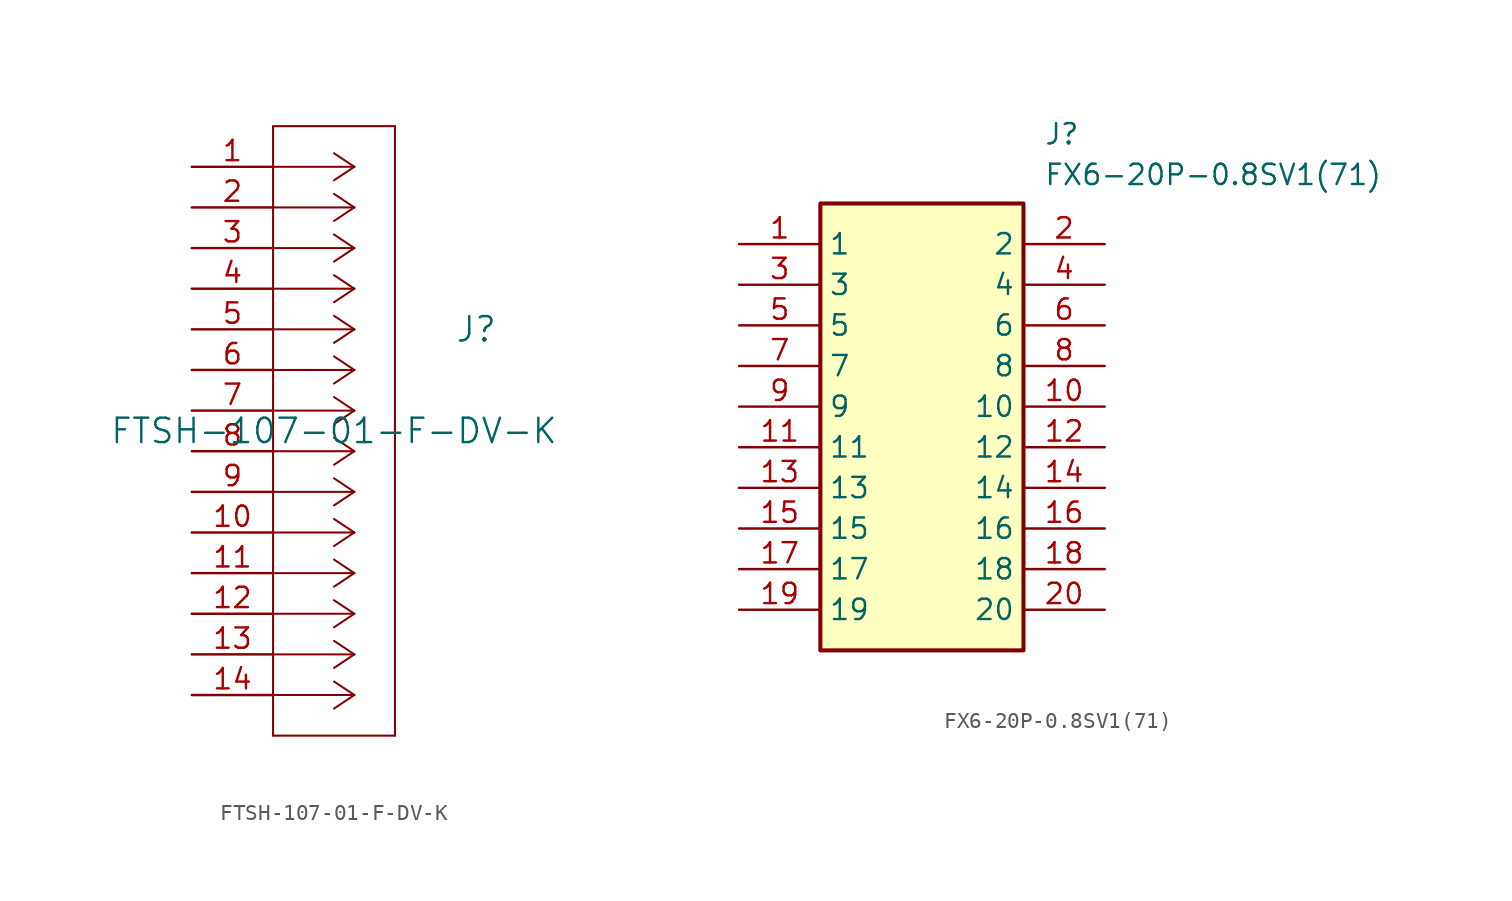
<source format=kicad_sym>
(kicad_symbol_lib
  (version 20241209)
  (generator "kicad_symbol_editor")
  (generator_version "9.0")
  (symbol "FTSH-107-01-F-DV-K"
    (pin_names
      (offset 0.254))
    (property "Reference" "J"
      (at 8.89 6.35 0)
      (effects (font (size 1.524 1.524))))
    (property "Value" "FTSH-107-01-F-DV-K"
      (at 0 0 0)
      (effects (font (size 1.524 1.524))))
    (symbol "FTSH-107-01-F-DV-K_0_1"
      (polyline (pts (xy -3.81 19.05) (xy -3.81 -19.05)) (stroke (width 0.127) (type default)) (fill (type none)))
      (polyline (pts (xy -3.81 -19.05) (xy 3.81 -19.05)) (stroke (width 0.127) (type default)) (fill (type none)))
      (polyline (pts (xy 1.27 16.51) (xy -3.81 16.51)) (stroke (width 0.127) (type default)) (fill (type none)))
      (polyline (pts (xy 1.27 16.51) (xy 0 17.357)) (stroke (width 0.127) (type default)) (fill (type none)))
      (polyline (pts (xy 1.27 16.51) (xy 0 15.663)) (stroke (width 0.127) (type default)) (fill (type none)))
      (polyline (pts (xy 1.27 13.97) (xy -3.81 13.97)) (stroke (width 0.127) (type default)) (fill (type none)))
      (polyline (pts (xy 1.27 13.97) (xy 0 14.817)) (stroke (width 0.127) (type default)) (fill (type none)))
      (polyline (pts (xy 1.27 13.97) (xy 0 13.123)) (stroke (width 0.127) (type default)) (fill (type none)))
      (polyline (pts (xy 1.27 11.43) (xy -3.81 11.43)) (stroke (width 0.127) (type default)) (fill (type none)))
      (polyline (pts (xy 1.27 11.43) (xy 0 12.277)) (stroke (width 0.127) (type default)) (fill (type none)))
      (polyline (pts (xy 1.27 11.43) (xy 0 10.583)) (stroke (width 0.127) (type default)) (fill (type none)))
      (polyline (pts (xy 1.27 8.89) (xy -3.81 8.89)) (stroke (width 0.127) (type default)) (fill (type none)))
      (polyline (pts (xy 1.27 8.89) (xy 0 9.737)) (stroke (width 0.127) (type default)) (fill (type none)))
      (polyline (pts (xy 1.27 8.89) (xy 0 8.043)) (stroke (width 0.127) (type default)) (fill (type none)))
      (polyline (pts (xy 1.27 6.35) (xy -3.81 6.35)) (stroke (width 0.127) (type default)) (fill (type none)))
      (polyline (pts (xy 1.27 6.35) (xy 0 7.197)) (stroke (width 0.127) (type default)) (fill (type none)))
      (polyline (pts (xy 1.27 6.35) (xy 0 5.503)) (stroke (width 0.127) (type default)) (fill (type none)))
      (polyline (pts (xy 1.27 3.81) (xy -3.81 3.81)) (stroke (width 0.127) (type default)) (fill (type none)))
      (polyline (pts (xy 1.27 3.81) (xy 0 4.657)) (stroke (width 0.127) (type default)) (fill (type none)))
      (polyline (pts (xy 1.27 3.81) (xy 0 2.963)) (stroke (width 0.127) (type default)) (fill (type none)))
      (polyline (pts (xy 1.27 1.27) (xy -3.81 1.27)) (stroke (width 0.127) (type default)) (fill (type none)))
      (polyline (pts (xy 1.27 1.27) (xy 0 2.117)) (stroke (width 0.127) (type default)) (fill (type none)))
      (polyline (pts (xy 1.27 1.27) (xy 0 0.423)) (stroke (width 0.127) (type default)) (fill (type none)))
      (polyline (pts (xy 1.27 -1.27) (xy -3.81 -1.27)) (stroke (width 0.127) (type default)) (fill (type none)))
      (polyline (pts (xy 1.27 -1.27) (xy 0 -0.423)) (stroke (width 0.127) (type default)) (fill (type none)))
      (polyline (pts (xy 1.27 -1.27) (xy 0 -2.117)) (stroke (width 0.127) (type default)) (fill (type none)))
      (polyline (pts (xy 1.27 -3.81) (xy -3.81 -3.81)) (stroke (width 0.127) (type default)) (fill (type none)))
      (polyline (pts (xy 1.27 -3.81) (xy 0 -2.963)) (stroke (width 0.127) (type default)) (fill (type none)))
      (polyline (pts (xy 1.27 -3.81) (xy 0 -4.657)) (stroke (width 0.127) (type default)) (fill (type none)))
      (polyline (pts (xy 1.27 -6.35) (xy -3.81 -6.35)) (stroke (width 0.127) (type default)) (fill (type none)))
      (polyline (pts (xy 1.27 -6.35) (xy 0 -5.503)) (stroke (width 0.127) (type default)) (fill (type none)))
      (polyline (pts (xy 1.27 -6.35) (xy 0 -7.197)) (stroke (width 0.127) (type default)) (fill (type none)))
      (polyline (pts (xy 1.27 -8.89) (xy -3.81 -8.89)) (stroke (width 0.127) (type default)) (fill (type none)))
      (polyline (pts (xy 1.27 -8.89) (xy 0 -8.043)) (stroke (width 0.127) (type default)) (fill (type none)))
      (polyline (pts (xy 1.27 -8.89) (xy 0 -9.737)) (stroke (width 0.127) (type default)) (fill (type none)))
      (polyline (pts (xy 1.27 -11.43) (xy -3.81 -11.43)) (stroke (width 0.127) (type default)) (fill (type none)))
      (polyline (pts (xy 1.27 -11.43) (xy 0 -10.583)) (stroke (width 0.127) (type default)) (fill (type none)))
      (polyline (pts (xy 1.27 -11.43) (xy 0 -12.277)) (stroke (width 0.127) (type default)) (fill (type none)))
      (polyline (pts (xy 1.27 -13.97) (xy -3.81 -13.97)) (stroke (width 0.127) (type default)) (fill (type none)))
      (polyline (pts (xy 1.27 -13.97) (xy 0 -13.123)) (stroke (width 0.127) (type default)) (fill (type none)))
      (polyline (pts (xy 1.27 -13.97) (xy 0 -14.817)) (stroke (width 0.127) (type default)) (fill (type none)))
      (polyline (pts (xy 1.27 -16.51) (xy -3.81 -16.51)) (stroke (width 0.127) (type default)) (fill (type none)))
      (polyline (pts (xy 1.27 -16.51) (xy 0 -15.663)) (stroke (width 0.127) (type default)) (fill (type none)))
      (polyline (pts (xy 1.27 -16.51) (xy 0 -17.357)) (stroke (width 0.127) (type default)) (fill (type none)))
      (polyline (pts (xy 3.81 19.05) (xy -3.81 19.05)) (stroke (width 0.127) (type default)) (fill (type none)))
      (polyline (pts (xy 3.81 -19.05) (xy 3.81 19.05)) (stroke (width 0.127) (type default)) (fill (type none))))
    (symbol "FTSH-107-01-F-DV-K_1_1"
      (pin unspecified line (at -8.89 16.51 0) (length 5.08) (name "" (effects (font (size 1.27 1.27)))) (number "1" (effects (font (size 1.27 1.27)))))
      (pin unspecified line (at -8.89 13.97 0) (length 5.08) (name "" (effects (font (size 1.27 1.27)))) (number "2" (effects (font (size 1.27 1.27)))))
      (pin unspecified line (at -8.89 11.43 0) (length 5.08) (name "" (effects (font (size 1.27 1.27)))) (number "3" (effects (font (size 1.27 1.27)))))
      (pin unspecified line (at -8.89 8.89 0) (length 5.08) (name "" (effects (font (size 1.27 1.27)))) (number "4" (effects (font (size 1.27 1.27)))))
      (pin unspecified line (at -8.89 6.35 0) (length 5.08) (name "" (effects (font (size 1.27 1.27)))) (number "5" (effects (font (size 1.27 1.27)))))
      (pin unspecified line (at -8.89 3.81 0) (length 5.08) (name "" (effects (font (size 1.27 1.27)))) (number "6" (effects (font (size 1.27 1.27)))))
      (pin unspecified line (at -8.89 1.27 0) (length 5.08) (name "" (effects (font (size 1.27 1.27)))) (number "7" (effects (font (size 1.27 1.27)))))
      (pin unspecified line (at -8.89 -1.27 0) (length 5.08) (name "" (effects (font (size 1.27 1.27)))) (number "8" (effects (font (size 1.27 1.27)))))
      (pin unspecified line (at -8.89 -3.81 0) (length 5.08) (name "" (effects (font (size 1.27 1.27)))) (number "9" (effects (font (size 1.27 1.27)))))
      (pin unspecified line (at -8.89 -6.35 0) (length 5.08) (name "" (effects (font (size 1.27 1.27)))) (number "10" (effects (font (size 1.27 1.27)))))
      (pin unspecified line (at -8.89 -8.89 0) (length 5.08) (name "" (effects (font (size 1.27 1.27)))) (number "11" (effects (font (size 1.27 1.27)))))
      (pin unspecified line (at -8.89 -11.43 0) (length 5.08) (name "" (effects (font (size 1.27 1.27)))) (number "12" (effects (font (size 1.27 1.27)))))
      (pin unspecified line (at -8.89 -13.97 0) (length 5.08) (name "" (effects (font (size 1.27 1.27)))) (number "13" (effects (font (size 1.27 1.27)))))
      (pin unspecified line (at -8.89 -16.51 0) (length 5.08) (name "" (effects (font (size 1.27 1.27)))) (number "14" (effects (font (size 1.27 1.27)))))))
  (symbol "FX6-20P-0.8SV1(71)"
    (property "Reference" "J"
      (at 7.62 19.05 0)
      (effects (font (size 1.27 1.27)) (justify left top)))
    (property "Value" "FX6-20P-0.8SV1(71)"
      (at 7.62 16.51 0)
      (effects (font (size 1.27 1.27)) (justify left top)))
    (symbol "FX6-20P-0.8SV1(71)_1_1"
      (rectangle (start -6.35 13.97) (end 6.35 -13.97) (stroke (width 0.254) (type default)) (fill (type background)))
      (pin passive line (at -11.43 11.43 0) (length 5.08) (name "1" (effects (font (size 1.27 1.27)))) (number "1" (effects (font (size 1.27 1.27)))))
      (pin passive line (at -11.43 8.89 0) (length 5.08) (name "3" (effects (font (size 1.27 1.27)))) (number "3" (effects (font (size 1.27 1.27)))))
      (pin passive line (at -11.43 6.35 0) (length 5.08) (name "5" (effects (font (size 1.27 1.27)))) (number "5" (effects (font (size 1.27 1.27)))))
      (pin passive line (at -11.43 3.81 0) (length 5.08) (name "7" (effects (font (size 1.27 1.27)))) (number "7" (effects (font (size 1.27 1.27)))))
      (pin passive line (at -11.43 1.27 0) (length 5.08) (name "9" (effects (font (size 1.27 1.27)))) (number "9" (effects (font (size 1.27 1.27)))))
      (pin passive line (at -11.43 -1.27 0) (length 5.08) (name "11" (effects (font (size 1.27 1.27)))) (number "11" (effects (font (size 1.27 1.27)))))
      (pin passive line (at -11.43 -3.81 0) (length 5.08) (name "13" (effects (font (size 1.27 1.27)))) (number "13" (effects (font (size 1.27 1.27)))))
      (pin passive line (at -11.43 -6.35 0) (length 5.08) (name "15" (effects (font (size 1.27 1.27)))) (number "15" (effects (font (size 1.27 1.27)))))
      (pin passive line (at -11.43 -8.89 0) (length 5.08) (name "17" (effects (font (size 1.27 1.27)))) (number "17" (effects (font (size 1.27 1.27)))))
      (pin passive line (at -11.43 -11.43 0) (length 5.08) (name "19" (effects (font (size 1.27 1.27)))) (number "19" (effects (font (size 1.27 1.27)))))
      (pin passive line (at 11.43 11.43 180) (length 5.08) (name "2" (effects (font (size 1.27 1.27)))) (number "2" (effects (font (size 1.27 1.27)))))
      (pin passive line (at 11.43 8.89 180) (length 5.08) (name "4" (effects (font (size 1.27 1.27)))) (number "4" (effects (font (size 1.27 1.27)))))
      (pin passive line (at 11.43 6.35 180) (length 5.08) (name "6" (effects (font (size 1.27 1.27)))) (number "6" (effects (font (size 1.27 1.27)))))
      (pin passive line (at 11.43 3.81 180) (length 5.08) (name "8" (effects (font (size 1.27 1.27)))) (number "8" (effects (font (size 1.27 1.27)))))
      (pin passive line (at 11.43 1.27 180) (length 5.08) (name "10" (effects (font (size 1.27 1.27)))) (number "10" (effects (font (size 1.27 1.27)))))
      (pin passive line (at 11.43 -1.27 180) (length 5.08) (name "12" (effects (font (size 1.27 1.27)))) (number "12" (effects (font (size 1.27 1.27)))))
      (pin passive line (at 11.43 -3.81 180) (length 5.08) (name "14" (effects (font (size 1.27 1.27)))) (number "14" (effects (font (size 1.27 1.27)))))
      (pin passive line (at 11.43 -6.35 180) (length 5.08) (name "16" (effects (font (size 1.27 1.27)))) (number "16" (effects (font (size 1.27 1.27)))))
      (pin passive line (at 11.43 -8.89 180) (length 5.08) (name "18" (effects (font (size 1.27 1.27)))) (number "18" (effects (font (size 1.27 1.27)))))
      (pin passive line (at 11.43 -11.43 180) (length 5.08) (name "20" (effects (font (size 1.27 1.27)))) (number "20" (effects (font (size 1.27 1.27))))))))
</source>
